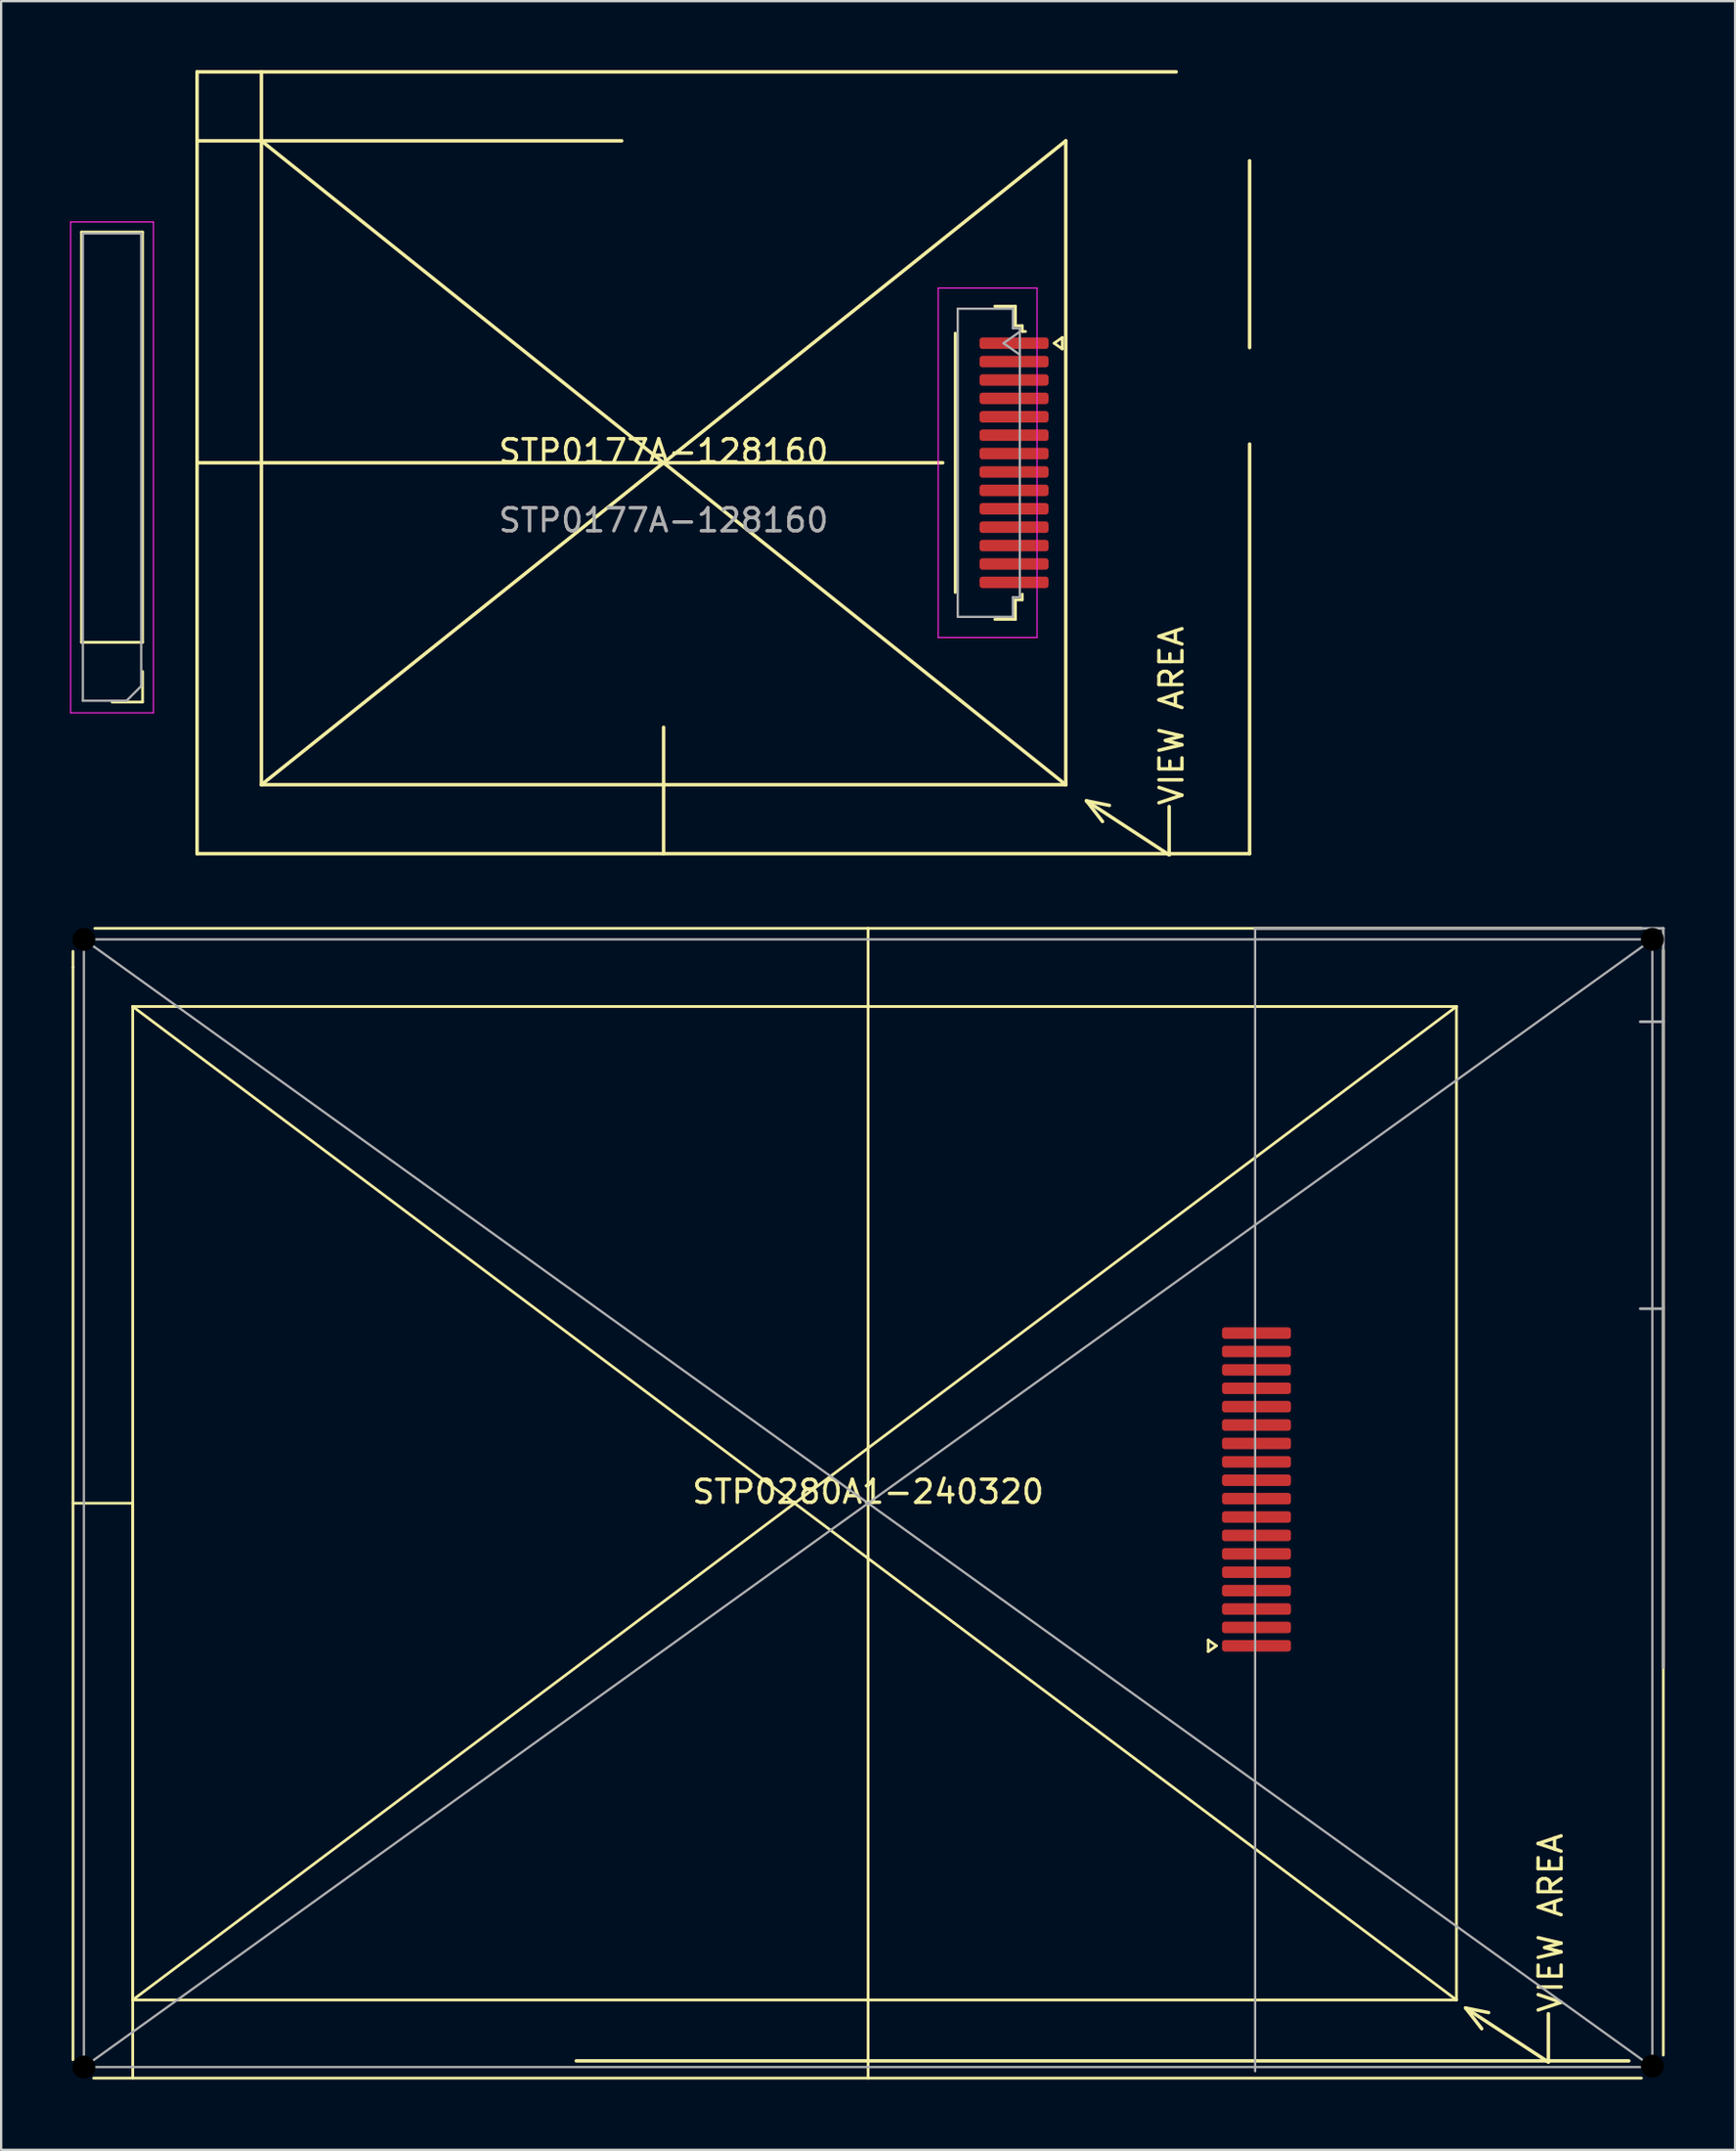
<source format=kicad_pcb>
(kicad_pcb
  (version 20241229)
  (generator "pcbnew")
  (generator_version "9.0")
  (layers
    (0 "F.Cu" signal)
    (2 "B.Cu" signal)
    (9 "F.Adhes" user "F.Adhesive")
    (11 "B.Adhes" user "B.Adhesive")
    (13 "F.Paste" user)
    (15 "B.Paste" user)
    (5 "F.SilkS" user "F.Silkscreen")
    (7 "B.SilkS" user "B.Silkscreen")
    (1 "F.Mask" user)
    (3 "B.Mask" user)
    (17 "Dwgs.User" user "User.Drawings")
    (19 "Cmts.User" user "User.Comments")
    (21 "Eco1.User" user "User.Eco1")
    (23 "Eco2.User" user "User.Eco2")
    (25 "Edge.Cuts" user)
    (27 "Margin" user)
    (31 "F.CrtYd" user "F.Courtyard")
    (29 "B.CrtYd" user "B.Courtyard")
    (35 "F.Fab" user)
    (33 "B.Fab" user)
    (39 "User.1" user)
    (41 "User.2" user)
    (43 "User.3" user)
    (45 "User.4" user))
  (footprint "STP0280A1-240320"
    (layer "F.Cu")
    (at 34.725 62.32)
    (property "Reference" "STP0280A1-240320" (at 0 -0.5 0) (unlocked yes) (layer "F.SilkS") (effects (font (size 1 1) (thickness 0.15))))
    (attr smd)
    (fp_line (start -34.6 -24) (end -34.6 -23.3) (stroke (width 0.12) (type solid)) (layer "F.SilkS"))
    (fp_line (start -34.6 -23.3) (end -34.6 24.2) (stroke (width 0.12) (type solid)) (layer "F.SilkS"))
    (fp_line (start -34.6 0) (end -32 0) (stroke (width 0.12) (type solid)) (layer "F.SilkS"))
    (fp_line (start -33.7 25) (end 33.65 25) (stroke (width 0.12) (type solid)) (layer "F.SilkS"))
    (fp_line (start -33.65 -25) (end 33.65 -25) (stroke (width 0.12) (type solid)) (layer "F.SilkS"))
    (fp_line (start -32 -21.6) (end -32 21.6) (stroke (width 0.12) (type solid)) (layer "F.SilkS"))
    (fp_line (start -32 -21.6) (end 25.6 -21.6) (stroke (width 0.12) (type solid)) (layer "F.SilkS"))
    (fp_line (start -32 21.6) (end 25.6 21.6) (stroke (width 0.12) (type solid)) (layer "F.SilkS"))
    (fp_line (start -32 25) (end -32 0) (stroke (width 0.12) (type solid)) (layer "F.SilkS"))
    (fp_line (start 0 -25) (end 0 25) (stroke (width 0.12) (type solid)) (layer "F.SilkS"))
    (fp_line (start 14.8 5.95) (end 14.8 6.45) (stroke (width 0.12) (type solid)) (layer "F.SilkS"))
    (fp_line (start 14.8 6.45) (end 15.154 6.2) (stroke (width 0.12) (type solid)) (layer "F.SilkS"))
    (fp_line (start 15.154 6.2) (end 14.8 5.95) (stroke (width 0.12) (type solid)) (layer "F.SilkS"))
    (fp_line (start 25.6 -21.6) (end -32 21.6) (stroke (width 0.12) (type solid)) (layer "F.SilkS"))
    (fp_line (start 25.6 -21.6) (end 25.6 21.6) (stroke (width 0.12) (type solid)) (layer "F.SilkS"))
    (fp_line (start 25.6 21.6) (end -32 -21.6) (stroke (width 0.12) (type solid)) (layer "F.SilkS"))
    (fp_line (start 26 21.95) (end 26.7 22.85) (stroke (width 0.15) (type solid)) (layer "F.SilkS"))
    (fp_line (start 26 21.95) (end 27 22.15) (stroke (width 0.15) (type solid)) (layer "F.SilkS"))
    (fp_line (start 26 21.95) (end 29.6 24.3) (stroke (width 0.15) (type solid)) (layer "F.SilkS"))
    (fp_line (start 29.6 24.3) (end 29.6 22.2) (stroke (width 0.15) (type solid)) (layer "F.SilkS"))
    (fp_line (start 33.1 24.25) (end -12.7 24.25) (stroke (width 0.15) (type solid)) (layer "F.SilkS"))
    (fp_line (start 34.6 -24.05) (end 34.6 24) (stroke (width 0.12) (type solid)) (layer "F.SilkS"))
    (fp_line (start -34.125 -24.52) (end -34.125 24.52) (stroke (width 0.1) (type solid)) (layer "F.Fab"))
    (fp_line (start -34.125 -24.52) (end 34.125 -24.52) (stroke (width 0.1) (type solid)) (layer "F.Fab"))
    (fp_line (start -34.125 -24.52) (end 34.125 24.52) (stroke (width 0.1) (type solid)) (layer "F.Fab"))
    (fp_line (start -34.125 24.52) (end 34.125 -24.52) (stroke (width 0.1) (type solid)) (layer "F.Fab"))
    (fp_line (start -34.125 24.52) (end 34.125 24.52) (stroke (width 0.1) (type solid)) (layer "F.Fab"))
    (fp_line (start 16.84 -25) (end 16.84 24.7) (stroke (width 0.1) (type solid)) (layer "F.Fab"))
    (fp_line (start 16.84 -25) (end 34.6 -25) (stroke (width 0.12) (type solid)) (layer "F.Fab"))
    (fp_line (start 34.125 -24.52) (end 34.125 24.52) (stroke (width 0.1) (type solid)) (layer "F.Fab"))
    (fp_line (start 34.6 -25) (end 34.6 -20.94) (stroke (width 0.12) (type solid)) (layer "F.Fab"))
    (fp_line (start 34.6 -20.94) (end 33.6 -20.94) (stroke (width 0.12) (type solid)) (layer "F.Fab"))
    (fp_line (start 34.6 -20.94) (end 34.6 -8.46) (stroke (width 0.12) (type solid)) (layer "F.Fab"))
    (fp_line (start 34.6 -8.46) (end 33.6 -8.46) (stroke (width 0.12) (type solid)) (layer "F.Fab"))
    (fp_line (start 34.6 -8.46) (end 34.6 7.14) (stroke (width 0.12) (type solid)) (layer "F.Fab"))
    (fp_text user "VIEW AREA" (at 29.7 18.25 90) (layer "F.SilkS") (effects (font (size 1 1) (thickness 0.15))))
    (pad "" np_thru_hole circle (at -34.125 -24.52 270) (size 1.2 1.2) (drill 1) (layers "*.Mask"))
    (pad "" np_thru_hole circle (at -34.125 24.52 270) (size 1.2 1.2) (drill 1) (layers "*.Mask"))
    (pad "" np_thru_hole circle (at 34.125 -24.52 270) (size 1.2 1.2) (drill 1) (layers "*.Mask"))
    (pad "" np_thru_hole circle (at 34.125 24.48 270) (size 1.2 1.2) (drill 1) (layers "*.Mask"))
    (pad "1" smd roundrect (at 16.9 6.2 90) (size 0.5 3) (layers "F.Cu" "F.Mask" "F.Paste") (roundrect_rratio 0.25))
    (pad "2" smd roundrect (at 16.9 5.4 90) (size 0.5 3) (layers "F.Cu" "F.Mask" "F.Paste") (roundrect_rratio 0.25))
    (pad "3" smd roundrect (at 16.9 4.6 90) (size 0.5 3) (layers "F.Cu" "F.Mask" "F.Paste") (roundrect_rratio 0.25))
    (pad "4" smd roundrect (at 16.9 3.8 90) (size 0.5 3) (layers "F.Cu" "F.Mask" "F.Paste") (roundrect_rratio 0.25))
    (pad "5" smd roundrect (at 16.9 3 90) (size 0.5 3) (layers "F.Cu" "F.Mask" "F.Paste") (roundrect_rratio 0.25))
    (pad "6" smd roundrect (at 16.9 2.2 90) (size 0.5 3) (layers "F.Cu" "F.Mask" "F.Paste") (roundrect_rratio 0.25))
    (pad "7" smd roundrect (at 16.9 1.4 90) (size 0.5 3) (layers "F.Cu" "F.Mask" "F.Paste") (roundrect_rratio 0.25))
    (pad "8" smd roundrect (at 16.9 0.6 90) (size 0.5 3) (layers "F.Cu" "F.Mask" "F.Paste") (roundrect_rratio 0.25))
    (pad "9" smd roundrect (at 16.9 -0.2 90) (size 0.5 3) (layers "F.Cu" "F.Mask" "F.Paste") (roundrect_rratio 0.25))
    (pad "10" smd roundrect (at 16.9 -1 90) (size 0.5 3) (layers "F.Cu" "F.Mask" "F.Paste") (roundrect_rratio 0.25))
    (pad "11" smd roundrect (at 16.9 -1.8 90) (size 0.5 3) (layers "F.Cu" "F.Mask" "F.Paste") (roundrect_rratio 0.25))
    (pad "12" smd roundrect (at 16.9 -2.6 90) (size 0.5 3) (layers "F.Cu" "F.Mask" "F.Paste") (roundrect_rratio 0.25))
    (pad "13" smd roundrect (at 16.9 -3.4 90) (size 0.5 3) (layers "F.Cu" "F.Mask" "F.Paste") (roundrect_rratio 0.25))
    (pad "14" smd roundrect (at 16.9 -4.2 90) (size 0.5 3) (layers "F.Cu" "F.Mask" "F.Paste") (roundrect_rratio 0.25))
    (pad "15" smd roundrect (at 16.9 -5 90) (size 0.5 3) (layers "F.Cu" "F.Mask" "F.Paste") (roundrect_rratio 0.25))
    (pad "16" smd roundrect (at 16.9 -5.8 90) (size 0.5 3) (layers "F.Cu" "F.Mask" "F.Paste") (roundrect_rratio 0.25))
    (pad "17" smd roundrect (at 16.9 -6.6 90) (size 0.5 3) (layers "F.Cu" "F.Mask" "F.Paste") (roundrect_rratio 0.25))
    (pad "18" smd roundrect (at 16.9 -7.4 90) (size 0.5 3) (layers "F.Cu" "F.Mask" "F.Paste") (roundrect_rratio 0.25)))
  (footprint "STP0177A-128160"
    (layer "F.Cu")
    (at 25.825 17.075)
    (property "Reference" "STP0177A-128160" (at 0 -0.5 0) (unlocked yes) (layer "F.SilkS") (effects (font (size 1 1) (thickness 0.15))))
    (attr smd)
    (fp_line (start -25.33 7.805) (end -25.33 -10.035) (stroke (width 0.12) (type solid)) (layer "F.SilkS"))
    (fp_line (start -22.67 -10.035) (end -25.33 -10.035) (stroke (width 0.12) (type solid)) (layer "F.SilkS"))
    (fp_line (start -22.67 7.805) (end -25.33 7.805) (stroke (width 0.12) (type solid)) (layer "F.SilkS"))
    (fp_line (start -22.67 7.805) (end -22.67 -10.035) (stroke (width 0.12) (type solid)) (layer "F.SilkS"))
    (fp_line (start -22.67 9.075) (end -22.67 10.405) (stroke (width 0.12) (type solid)) (layer "F.SilkS"))
    (fp_line (start -22.67 10.405) (end -24 10.405) (stroke (width 0.12) (type solid)) (layer "F.SilkS"))
    (fp_line (start -20.3 -14) (end -17.5 -14) (stroke (width 0.15) (type solid)) (layer "F.SilkS"))
    (fp_line (start -20.3 17) (end -20.3 -17) (stroke (width 0.15) (type solid)) (layer "F.SilkS"))
    (fp_line (start -20.3 -17) (end 22.307 -17) (stroke (width 0.15) (type solid)) (layer "F.SilkS"))
    (fp_line (start -17.5 -17) (end -17.5 -14) (stroke (width 0.15) (type solid)) (layer "F.SilkS"))
    (fp_line (start -17.5 -14) (end -1.823 -14) (stroke (width 0.15) (type solid)) (layer "F.SilkS"))
    (fp_line (start -17.5 14) (end -17.5 -14) (stroke (width 0.15) (type solid)) (layer "F.SilkS"))
    (fp_line (start -17.5 14) (end 17.5 -14) (stroke (width 0.15) (type solid)) (layer "F.SilkS"))
    (fp_line (start -0.000001 17) (end -0.000001 11.503) (stroke (width 0.15) (type solid)) (layer "F.SilkS"))
    (fp_line (start 12.147 -0.000002) (end -20.3 -0.000003) (stroke (width 0.15) (type solid)) (layer "F.SilkS"))
    (fp_line (start 12.69 -5.64) (end 12.69 5.64) (stroke (width 0.12) (type solid)) (layer "F.SilkS"))
    (fp_line (start 14.41 -6.81) (end 15.31 -6.81) (stroke (width 0.12) (type solid)) (layer "F.SilkS"))
    (fp_line (start 14.41 6.81) (end 15.31 6.81) (stroke (width 0.12) (type solid)) (layer "F.SilkS"))
    (fp_line (start 15.31 -6.81) (end 15.31 -5.96) (stroke (width 0.12) (type solid)) (layer "F.SilkS"))
    (fp_line (start 15.31 -5.96) (end 15.61 -5.96) (stroke (width 0.12) (type solid)) (layer "F.SilkS"))
    (fp_line (start 15.31 5.96) (end 15.61 5.96) (stroke (width 0.12) (type solid)) (layer "F.SilkS"))
    (fp_line (start 15.31 6.81) (end 15.31 5.96) (stroke (width 0.12) (type solid)) (layer "F.SilkS"))
    (fp_line (start 15.61 -5.96) (end 15.61 -5.71) (stroke (width 0.12) (type solid)) (layer "F.SilkS"))
    (fp_line (start 15.61 -5.71) (end 15.75 -5.71) (stroke (width 0.12) (type solid)) (layer "F.SilkS"))
    (fp_line (start 15.61 5.96) (end 15.61 5.71) (stroke (width 0.12) (type solid)) (layer "F.SilkS"))
    (fp_line (start 16.996 -5.2) (end 17.35 -4.95) (stroke (width 0.12) (type solid)) (layer "F.SilkS"))
    (fp_line (start 17.35 -5.45) (end 16.996 -5.2) (stroke (width 0.12) (type solid)) (layer "F.SilkS"))
    (fp_line (start 17.35 -4.95) (end 17.35 -5.45) (stroke (width 0.12) (type solid)) (layer "F.SilkS"))
    (fp_line (start 17.5 -14) (end 17.5 14) (stroke (width 0.15) (type solid)) (layer "F.SilkS"))
    (fp_line (start 17.5 14) (end -17.5 -14) (stroke (width 0.15) (type solid)) (layer "F.SilkS"))
    (fp_line (start 17.5 14) (end -17.5 14) (stroke (width 0.15) (type solid)) (layer "F.SilkS"))
    (fp_line (start 18.4 14.7) (end 19.1 15.6) (stroke (width 0.15) (type solid)) (layer "F.SilkS"))
    (fp_line (start 18.4 14.7) (end 19.4 14.9) (stroke (width 0.15) (type solid)) (layer "F.SilkS"))
    (fp_line (start 18.4 14.7) (end 22 17.05) (stroke (width 0.15) (type solid)) (layer "F.SilkS"))
    (fp_line (start 22 17.05) (end 22 14.95) (stroke (width 0.15) (type solid)) (layer "F.SilkS"))
    (fp_line (start 25.5 -13.135) (end 25.5 -5.007) (stroke (width 0.15) (type solid)) (layer "F.SilkS"))
    (fp_line (start 25.5 -0.816) (end 25.5 17) (stroke (width 0.15) (type solid)) (layer "F.SilkS"))
    (fp_line (start 25.5 17) (end -20.3 17) (stroke (width 0.15) (type solid)) (layer "F.SilkS"))
    (fp_line (start -25.8 -10.475) (end -25.8 10.875) (stroke (width 0.05) (type solid)) (layer "F.CrtYd"))
    (fp_line (start -25.8 10.875) (end -22.2 10.875) (stroke (width 0.05) (type solid)) (layer "F.CrtYd"))
    (fp_line (start -22.2 -10.475) (end -25.8 -10.475) (stroke (width 0.05) (type solid)) (layer "F.CrtYd"))
    (fp_line (start -22.2 10.875) (end -22.2 -10.475) (stroke (width 0.05) (type solid)) (layer "F.CrtYd"))
    (fp_line (start 11.95 -7.6) (end 11.95 7.6) (stroke (width 0.05) (type solid)) (layer "F.CrtYd"))
    (fp_line (start 11.95 7.6) (end 16.25 7.6) (stroke (width 0.05) (type solid)) (layer "F.CrtYd"))
    (fp_line (start 16.25 -7.6) (end 11.95 -7.6) (stroke (width 0.05) (type solid)) (layer "F.CrtYd"))
    (fp_line (start 16.25 7.6) (end 16.25 -7.6) (stroke (width 0.05) (type solid)) (layer "F.CrtYd"))
    (fp_line (start -25.27 -9.975) (end -22.73 -9.975) (stroke (width 0.1) (type solid)) (layer "F.Fab"))
    (fp_line (start -25.27 10.345) (end -25.27 -9.975) (stroke (width 0.1) (type solid)) (layer "F.Fab"))
    (fp_line (start -23.365 10.345) (end -25.27 10.345) (stroke (width 0.1) (type solid)) (layer "F.Fab"))
    (fp_line (start -22.73 -9.975) (end -22.73 9.71) (stroke (width 0.1) (type solid)) (layer "F.Fab"))
    (fp_line (start -22.73 9.71) (end -23.365 10.345) (stroke (width 0.1) (type solid)) (layer "F.Fab"))
    (fp_line (start 12.8 -6.7) (end 12.8 6.7) (stroke (width 0.1) (type solid)) (layer "F.Fab"))
    (fp_line (start 14.793 -5.2) (end 15.5 -4.7) (stroke (width 0.1) (type solid)) (layer "F.Fab"))
    (fp_line (start 15.2 -6.7) (end 12.8 -6.7) (stroke (width 0.1) (type solid)) (layer "F.Fab"))
    (fp_line (start 15.2 -6.7) (end 15.2 -5.85) (stroke (width 0.1) (type solid)) (layer "F.Fab"))
    (fp_line (start 15.2 -5.85) (end 15.5 -5.85) (stroke (width 0.1) (type solid)) (layer "F.Fab"))
    (fp_line (start 15.2 5.85) (end 15.2 6.7) (stroke (width 0.1) (type solid)) (layer "F.Fab"))
    (fp_line (start 15.2 6.7) (end 12.8 6.7) (stroke (width 0.1) (type solid)) (layer "F.Fab"))
    (fp_line (start 15.5 -5.85) (end 15.5 5.85) (stroke (width 0.1) (type solid)) (layer "F.Fab"))
    (fp_line (start 15.5 -5.7) (end 14.793 -5.2) (stroke (width 0.1) (type solid)) (layer "F.Fab"))
    (fp_line (start 15.5 5.85) (end 15.2 5.85) (stroke (width 0.1) (type solid)) (layer "F.Fab"))
    (fp_text user "VIEW AREA" (at 22.1 11 90) (layer "F.SilkS") (effects (font (size 1 1) (thickness 0.15))))
    (fp_text user "${REFERENCE}" (at 0 2.5 0) (unlocked yes) (layer "F.Fab") (effects (font (size 1 1) (thickness 0.15))))
    (pad "1" smd roundrect (at 15.25 -5.2 270) (size 0.5 3) (layers "F.Cu" "F.Mask" "F.Paste") (roundrect_rratio 0.25))
    (pad "2" smd roundrect (at 15.25 -4.4 270) (size 0.5 3) (layers "F.Cu" "F.Mask" "F.Paste") (roundrect_rratio 0.25))
    (pad "3" smd roundrect (at 15.25 -3.6 270) (size 0.5 3) (layers "F.Cu" "F.Mask" "F.Paste") (roundrect_rratio 0.25))
    (pad "4" smd roundrect (at 15.25 -2.8 270) (size 0.5 3) (layers "F.Cu" "F.Mask" "F.Paste") (roundrect_rratio 0.25))
    (pad "5" smd roundrect (at 15.25 -2 270) (size 0.5 3) (layers "F.Cu" "F.Mask" "F.Paste") (roundrect_rratio 0.25))
    (pad "6" smd roundrect (at 15.25 -1.2 270) (size 0.5 3) (layers "F.Cu" "F.Mask" "F.Paste") (roundrect_rratio 0.25))
    (pad "7" smd roundrect (at 15.25 -0.4 270) (size 0.5 3) (layers "F.Cu" "F.Mask" "F.Paste") (roundrect_rratio 0.25))
    (pad "8" smd roundrect (at 15.25 0.4 270) (size 0.5 3) (layers "F.Cu" "F.Mask" "F.Paste") (roundrect_rratio 0.25))
    (pad "9" smd roundrect (at 15.25 1.2 270) (size 0.5 3) (layers "F.Cu" "F.Mask" "F.Paste") (roundrect_rratio 0.25))
    (pad "10" smd roundrect (at 15.25 2 270) (size 0.5 3) (layers "F.Cu" "F.Mask" "F.Paste") (roundrect_rratio 0.25))
    (pad "11" smd roundrect (at 15.25 2.8 270) (size 0.5 3) (layers "F.Cu" "F.Mask" "F.Paste") (roundrect_rratio 0.25))
    (pad "12" smd roundrect (at 15.25 3.6 270) (size 0.5 3) (layers "F.Cu" "F.Mask" "F.Paste") (roundrect_rratio 0.25))
    (pad "13" smd roundrect (at 15.25 4.4 270) (size 0.5 3) (layers "F.Cu" "F.Mask" "F.Paste") (roundrect_rratio 0.25))
    (pad "14" smd roundrect (at 15.25 5.2 270) (size 0.5 3) (layers "F.Cu" "F.Mask" "F.Paste") (roundrect_rratio 0.25)))
  (gr_rect
    (start -3 -3)
    (end 72.45 90.44)
    (stroke (width 0.1) (type default))
    (fill no)
    (layer "Edge.Cuts")))
</source>
